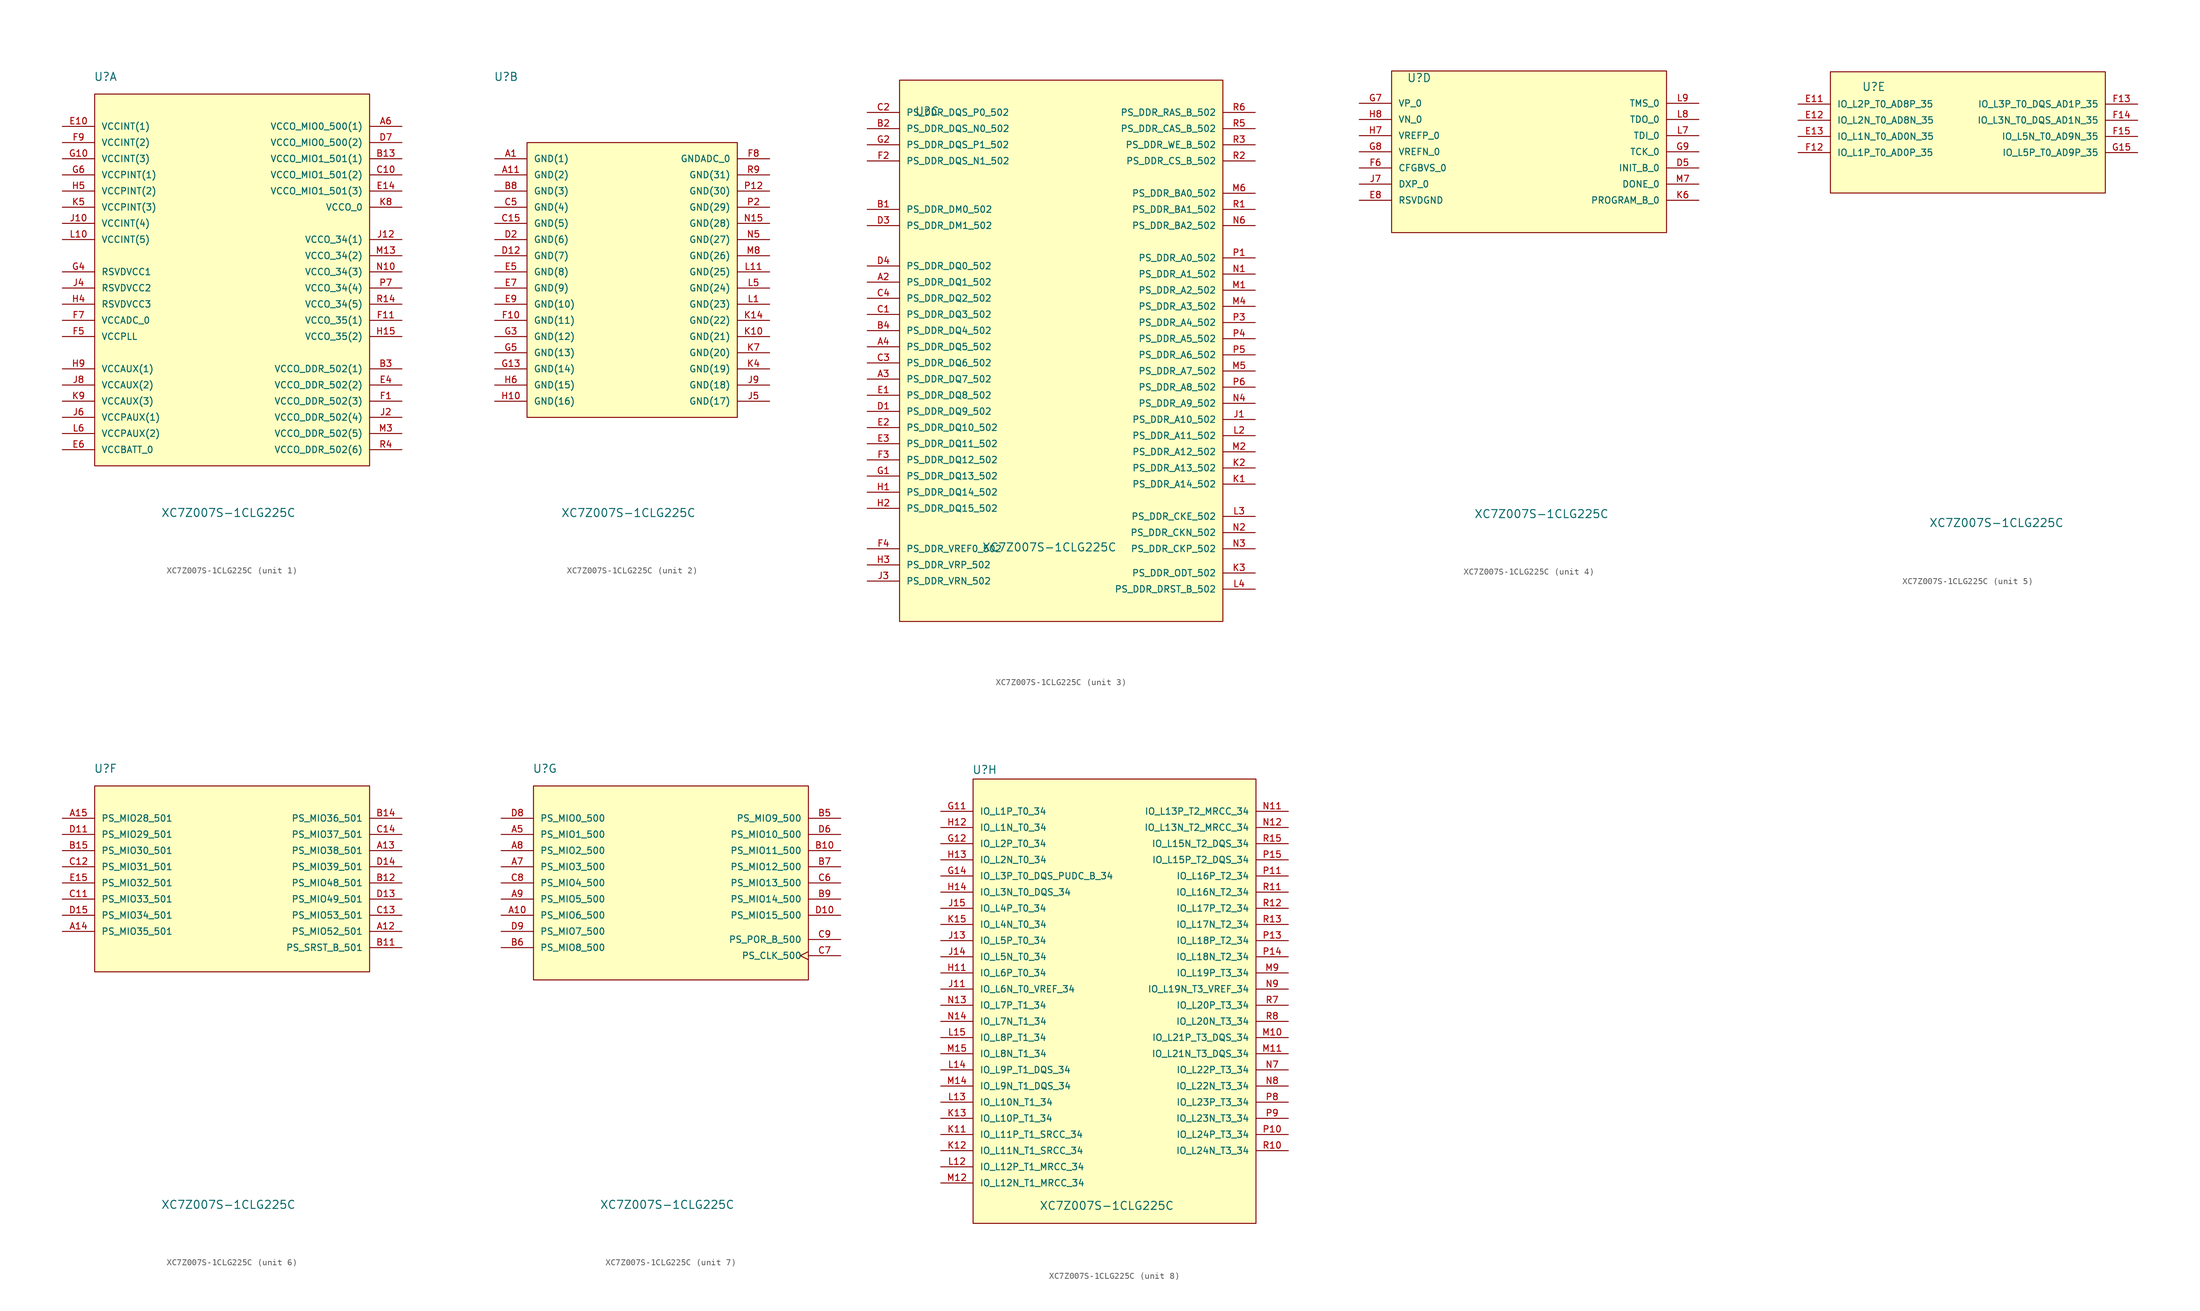
<source format=kicad_sym>
(kicad_symbol_lib
  (version 20231120)
  (generator "kicad_symbol_editor")
  (generator_version "8.0")
  (symbol "XC7Z007S-1CLG225C"
    (pin_names
      (offset 1.016))
    (property "Reference" "U"
      (at -20.472 32.461 0)
      (effects (font (size 1.27 1.27)) (justify left bottom)))
    (property "Value" "XC7Z007S-1CLG225C"
      (at -9.906 -36.068 0)
      (effects (font (size 1.27 1.27)) (justify left bottom)))
    (property "ki_locked" ""
      (at 0 0 0)
      (effects (font (size 1.27 1.27))))
    (symbol "XC7Z007S-1CLG225C_1_0"
      (rectangle (start -20.32 30.48) (end 22.86 -27.94) (stroke (width 0.152) (type solid)) (fill (type background)))
      (pin power_in line (at 27.94 25.4 180) (length 5.08) (name "VCCO_MIO0_500(1)" (effects (font (size 1.016 1.016)))) (number "A6" (effects (font (size 1.016 1.016)))))
      (pin power_in line (at 27.94 20.32 180) (length 5.08) (name "VCCO_MIO1_501(1)" (effects (font (size 1.016 1.016)))) (number "B13" (effects (font (size 1.016 1.016)))))
      (pin power_in line (at 27.94 -12.7 180) (length 5.08) (name "VCCO_DDR_502(1)" (effects (font (size 1.016 1.016)))) (number "B3" (effects (font (size 1.016 1.016)))))
      (pin power_in line (at 27.94 17.78 180) (length 5.08) (name "VCCO_MIO1_501(2)" (effects (font (size 1.016 1.016)))) (number "C10" (effects (font (size 1.016 1.016)))))
      (pin power_in line (at 27.94 22.86 180) (length 5.08) (name "VCCO_MIO0_500(2)" (effects (font (size 1.016 1.016)))) (number "D7" (effects (font (size 1.016 1.016)))))
      (pin power_in line (at -25.4 25.4 0) (length 5.08) (name "VCCINT(1)" (effects (font (size 1.016 1.016)))) (number "E10" (effects (font (size 1.016 1.016)))))
      (pin power_in line (at 27.94 15.24 180) (length 5.08) (name "VCCO_MIO1_501(3)" (effects (font (size 1.016 1.016)))) (number "E14" (effects (font (size 1.016 1.016)))))
      (pin power_in line (at 27.94 -15.24 180) (length 5.08) (name "VCCO_DDR_502(2)" (effects (font (size 1.016 1.016)))) (number "E4" (effects (font (size 1.016 1.016)))))
      (pin power_in line (at -25.4 -25.4 0) (length 5.08) (name "VCCBATT_0" (effects (font (size 1.016 1.016)))) (number "E6" (effects (font (size 1.016 1.016)))))
      (pin power_in line (at 27.94 -17.78 180) (length 5.08) (name "VCCO_DDR_502(3)" (effects (font (size 1.016 1.016)))) (number "F1" (effects (font (size 1.016 1.016)))))
      (pin power_in line (at 27.94 -5.08 180) (length 5.08) (name "VCCO_35(1)" (effects (font (size 1.016 1.016)))) (number "F11" (effects (font (size 1.016 1.016)))))
      (pin power_in line (at -25.4 -7.62 0) (length 5.08) (name "VCCPLL" (effects (font (size 1.016 1.016)))) (number "F5" (effects (font (size 1.016 1.016)))))
      (pin power_in line (at -25.4 -5.08 0) (length 5.08) (name "VCCADC_0" (effects (font (size 1.016 1.016)))) (number "F7" (effects (font (size 1.016 1.016)))))
      (pin power_in line (at -25.4 22.86 0) (length 5.08) (name "VCCINT(2)" (effects (font (size 1.016 1.016)))) (number "F9" (effects (font (size 1.016 1.016)))))
      (pin power_in line (at -25.4 20.32 0) (length 5.08) (name "VCCINT(3)" (effects (font (size 1.016 1.016)))) (number "G10" (effects (font (size 1.016 1.016)))))
      (pin power_in line (at -25.4 2.54 0) (length 5.08) (name "RSVDVCC1" (effects (font (size 1.016 1.016)))) (number "G4" (effects (font (size 1.016 1.016)))))
      (pin power_in line (at -25.4 17.78 0) (length 5.08) (name "VCCPINT(1)" (effects (font (size 1.016 1.016)))) (number "G6" (effects (font (size 1.016 1.016)))))
      (pin power_in line (at 27.94 -7.62 180) (length 5.08) (name "VCCO_35(2)" (effects (font (size 1.016 1.016)))) (number "H15" (effects (font (size 1.016 1.016)))))
      (pin power_in line (at -25.4 -2.54 0) (length 5.08) (name "RSVDVCC3" (effects (font (size 1.016 1.016)))) (number "H4" (effects (font (size 1.016 1.016)))))
      (pin power_in line (at -25.4 15.24 0) (length 5.08) (name "VCCPINT(2)" (effects (font (size 1.016 1.016)))) (number "H5" (effects (font (size 1.016 1.016)))))
      (pin power_in line (at -25.4 -12.7 0) (length 5.08) (name "VCCAUX(1)" (effects (font (size 1.016 1.016)))) (number "H9" (effects (font (size 1.016 1.016)))))
      (pin power_in line (at -25.4 10.16 0) (length 5.08) (name "VCCINT(4)" (effects (font (size 1.016 1.016)))) (number "J10" (effects (font (size 1.016 1.016)))))
      (pin power_in line (at 27.94 7.62 180) (length 5.08) (name "VCCO_34(1)" (effects (font (size 1.016 1.016)))) (number "J12" (effects (font (size 1.016 1.016)))))
      (pin power_in line (at 27.94 -20.32 180) (length 5.08) (name "VCCO_DDR_502(4)" (effects (font (size 1.016 1.016)))) (number "J2" (effects (font (size 1.016 1.016)))))
      (pin power_in line (at -25.4 0 0) (length 5.08) (name "RSVDVCC2" (effects (font (size 1.016 1.016)))) (number "J4" (effects (font (size 1.016 1.016)))))
      (pin power_in line (at -25.4 -20.32 0) (length 5.08) (name "VCCPAUX(1)" (effects (font (size 1.016 1.016)))) (number "J6" (effects (font (size 1.016 1.016)))))
      (pin power_in line (at -25.4 -15.24 0) (length 5.08) (name "VCCAUX(2)" (effects (font (size 1.016 1.016)))) (number "J8" (effects (font (size 1.016 1.016)))))
      (pin power_in line (at -25.4 12.7 0) (length 5.08) (name "VCCPINT(3)" (effects (font (size 1.016 1.016)))) (number "K5" (effects (font (size 1.016 1.016)))))
      (pin power_in line (at 27.94 12.7 180) (length 5.08) (name "VCCO_0" (effects (font (size 1.016 1.016)))) (number "K8" (effects (font (size 1.016 1.016)))))
      (pin power_in line (at -25.4 -17.78 0) (length 5.08) (name "VCCAUX(3)" (effects (font (size 1.016 1.016)))) (number "K9" (effects (font (size 1.016 1.016)))))
      (pin power_in line (at -25.4 7.62 0) (length 5.08) (name "VCCINT(5)" (effects (font (size 1.016 1.016)))) (number "L10" (effects (font (size 1.016 1.016)))))
      (pin power_in line (at -25.4 -22.86 0) (length 5.08) (name "VCCPAUX(2)" (effects (font (size 1.016 1.016)))) (number "L6" (effects (font (size 1.016 1.016)))))
      (pin power_in line (at 27.94 5.08 180) (length 5.08) (name "VCCO_34(2)" (effects (font (size 1.016 1.016)))) (number "M13" (effects (font (size 1.016 1.016)))))
      (pin power_in line (at 27.94 -22.86 180) (length 5.08) (name "VCCO_DDR_502(5)" (effects (font (size 1.016 1.016)))) (number "M3" (effects (font (size 1.016 1.016)))))
      (pin power_in line (at 27.94 2.54 180) (length 5.08) (name "VCCO_34(3)" (effects (font (size 1.016 1.016)))) (number "N10" (effects (font (size 1.016 1.016)))))
      (pin power_in line (at 27.94 0 180) (length 5.08) (name "VCCO_34(4)" (effects (font (size 1.016 1.016)))) (number "P7" (effects (font (size 1.016 1.016)))))
      (pin power_in line (at 27.94 -2.54 180) (length 5.08) (name "VCCO_34(5)" (effects (font (size 1.016 1.016)))) (number "R14" (effects (font (size 1.016 1.016)))))
      (pin power_in line (at 27.94 -25.4 180) (length 5.08) (name "VCCO_DDR_502(6)" (effects (font (size 1.016 1.016)))) (number "R4" (effects (font (size 1.016 1.016))))))
    (symbol "XC7Z007S-1CLG225C_2_0"
      (rectangle (start -15.24 -20.32) (end 17.78 22.86) (stroke (width 0.152) (type solid)) (fill (type background)))
      (pin power_in line (at -20.32 20.32 0) (length 5.08) (name "GND(1)" (effects (font (size 1.016 1.016)))) (number "A1" (effects (font (size 1.016 1.016)))))
      (pin power_in line (at -20.32 17.78 0) (length 5.08) (name "GND(2)" (effects (font (size 1.016 1.016)))) (number "A11" (effects (font (size 1.016 1.016)))))
      (pin power_in line (at -20.32 15.24 0) (length 5.08) (name "GND(3)" (effects (font (size 1.016 1.016)))) (number "B8" (effects (font (size 1.016 1.016)))))
      (pin power_in line (at -20.32 10.16 0) (length 5.08) (name "GND(5)" (effects (font (size 1.016 1.016)))) (number "C15" (effects (font (size 1.016 1.016)))))
      (pin power_in line (at -20.32 12.7 0) (length 5.08) (name "GND(4)" (effects (font (size 1.016 1.016)))) (number "C5" (effects (font (size 1.016 1.016)))))
      (pin power_in line (at -20.32 5.08 0) (length 5.08) (name "GND(7)" (effects (font (size 1.016 1.016)))) (number "D12" (effects (font (size 1.016 1.016)))))
      (pin power_in line (at -20.32 7.62 0) (length 5.08) (name "GND(6)" (effects (font (size 1.016 1.016)))) (number "D2" (effects (font (size 1.016 1.016)))))
      (pin power_in line (at -20.32 2.54 0) (length 5.08) (name "GND(8)" (effects (font (size 1.016 1.016)))) (number "E5" (effects (font (size 1.016 1.016)))))
      (pin power_in line (at -20.32 0 0) (length 5.08) (name "GND(9)" (effects (font (size 1.016 1.016)))) (number "E7" (effects (font (size 1.016 1.016)))))
      (pin power_in line (at -20.32 -2.54 0) (length 5.08) (name "GND(10)" (effects (font (size 1.016 1.016)))) (number "E9" (effects (font (size 1.016 1.016)))))
      (pin power_in line (at -20.32 -5.08 0) (length 5.08) (name "GND(11)" (effects (font (size 1.016 1.016)))) (number "F10" (effects (font (size 1.016 1.016)))))
      (pin power_in line (at 22.86 20.32 180) (length 5.08) (name "GNDADC_0" (effects (font (size 1.016 1.016)))) (number "F8" (effects (font (size 1.016 1.016)))))
      (pin power_in line (at -20.32 -12.7 0) (length 5.08) (name "GND(14)" (effects (font (size 1.016 1.016)))) (number "G13" (effects (font (size 1.016 1.016)))))
      (pin power_in line (at -20.32 -7.62 0) (length 5.08) (name "GND(12)" (effects (font (size 1.016 1.016)))) (number "G3" (effects (font (size 1.016 1.016)))))
      (pin power_in line (at -20.32 -10.16 0) (length 5.08) (name "GND(13)" (effects (font (size 1.016 1.016)))) (number "G5" (effects (font (size 1.016 1.016)))))
      (pin power_in line (at -20.32 -17.78 0) (length 5.08) (name "GND(16)" (effects (font (size 1.016 1.016)))) (number "H10" (effects (font (size 1.016 1.016)))))
      (pin power_in line (at -20.32 -15.24 0) (length 5.08) (name "GND(15)" (effects (font (size 1.016 1.016)))) (number "H6" (effects (font (size 1.016 1.016)))))
      (pin power_in line (at 22.86 -17.78 180) (length 5.08) (name "GND(17)" (effects (font (size 1.016 1.016)))) (number "J5" (effects (font (size 1.016 1.016)))))
      (pin power_in line (at 22.86 -15.24 180) (length 5.08) (name "GND(18)" (effects (font (size 1.016 1.016)))) (number "J9" (effects (font (size 1.016 1.016)))))
      (pin power_in line (at 22.86 -7.62 180) (length 5.08) (name "GND(21)" (effects (font (size 1.016 1.016)))) (number "K10" (effects (font (size 1.016 1.016)))))
      (pin power_in line (at 22.86 -5.08 180) (length 5.08) (name "GND(22)" (effects (font (size 1.016 1.016)))) (number "K14" (effects (font (size 1.016 1.016)))))
      (pin power_in line (at 22.86 -12.7 180) (length 5.08) (name "GND(19)" (effects (font (size 1.016 1.016)))) (number "K4" (effects (font (size 1.016 1.016)))))
      (pin power_in line (at 22.86 -10.16 180) (length 5.08) (name "GND(20)" (effects (font (size 1.016 1.016)))) (number "K7" (effects (font (size 1.016 1.016)))))
      (pin power_in line (at 22.86 -2.54 180) (length 5.08) (name "GND(23)" (effects (font (size 1.016 1.016)))) (number "L1" (effects (font (size 1.016 1.016)))))
      (pin power_in line (at 22.86 2.54 180) (length 5.08) (name "GND(25)" (effects (font (size 1.016 1.016)))) (number "L11" (effects (font (size 1.016 1.016)))))
      (pin power_in line (at 22.86 0 180) (length 5.08) (name "GND(24)" (effects (font (size 1.016 1.016)))) (number "L5" (effects (font (size 1.016 1.016)))))
      (pin power_in line (at 22.86 5.08 180) (length 5.08) (name "GND(26)" (effects (font (size 1.016 1.016)))) (number "M8" (effects (font (size 1.016 1.016)))))
      (pin power_in line (at 22.86 10.16 180) (length 5.08) (name "GND(28)" (effects (font (size 1.016 1.016)))) (number "N15" (effects (font (size 1.016 1.016)))))
      (pin power_in line (at 22.86 7.62 180) (length 5.08) (name "GND(27)" (effects (font (size 1.016 1.016)))) (number "N5" (effects (font (size 1.016 1.016)))))
      (pin power_in line (at 22.86 15.24 180) (length 5.08) (name "GND(30)" (effects (font (size 1.016 1.016)))) (number "P12" (effects (font (size 1.016 1.016)))))
      (pin power_in line (at 22.86 12.7 180) (length 5.08) (name "GND(29)" (effects (font (size 1.016 1.016)))) (number "P2" (effects (font (size 1.016 1.016)))))
      (pin power_in line (at 22.86 17.78 180) (length 5.08) (name "GND(31)" (effects (font (size 1.016 1.016)))) (number "R9" (effects (font (size 1.016 1.016))))))
    (symbol "XC7Z007S-1CLG225C_3_0"
      (rectangle (start -22.86 38.1) (end 27.94 -46.99) (stroke (width 0.152) (type solid)) (fill (type background)))
      (pin bidirectional line (at -27.94 6.35 0) (length 5.08) (name "PS_DDR_DQ1_502" (effects (font (size 1.016 1.016)))) (number "A2" (effects (font (size 1.016 1.016)))))
      (pin bidirectional line (at -27.94 -8.89 0) (length 5.08) (name "PS_DDR_DQ7_502" (effects (font (size 1.016 1.016)))) (number "A3" (effects (font (size 1.016 1.016)))))
      (pin bidirectional line (at -27.94 -3.81 0) (length 5.08) (name "PS_DDR_DQ5_502" (effects (font (size 1.016 1.016)))) (number "A4" (effects (font (size 1.016 1.016)))))
      (pin bidirectional line (at -27.94 17.78 0) (length 5.08) (name "PS_DDR_DM0_502" (effects (font (size 1.016 1.016)))) (number "B1" (effects (font (size 1.016 1.016)))))
      (pin bidirectional line (at -27.94 30.48 0) (length 5.08) (name "PS_DDR_DQS_N0_502" (effects (font (size 1.016 1.016)))) (number "B2" (effects (font (size 1.016 1.016)))))
      (pin bidirectional line (at -27.94 -1.27 0) (length 5.08) (name "PS_DDR_DQ4_502" (effects (font (size 1.016 1.016)))) (number "B4" (effects (font (size 1.016 1.016)))))
      (pin bidirectional line (at -27.94 1.27 0) (length 5.08) (name "PS_DDR_DQ3_502" (effects (font (size 1.016 1.016)))) (number "C1" (effects (font (size 1.016 1.016)))))
      (pin bidirectional line (at -27.94 33.02 0) (length 5.08) (name "PS_DDR_DQS_P0_502" (effects (font (size 1.016 1.016)))) (number "C2" (effects (font (size 1.016 1.016)))))
      (pin bidirectional line (at -27.94 -6.35 0) (length 5.08) (name "PS_DDR_DQ6_502" (effects (font (size 1.016 1.016)))) (number "C3" (effects (font (size 1.016 1.016)))))
      (pin bidirectional line (at -27.94 3.81 0) (length 5.08) (name "PS_DDR_DQ2_502" (effects (font (size 1.016 1.016)))) (number "C4" (effects (font (size 1.016 1.016)))))
      (pin bidirectional line (at -27.94 -13.97 0) (length 5.08) (name "PS_DDR_DQ9_502" (effects (font (size 1.016 1.016)))) (number "D1" (effects (font (size 1.016 1.016)))))
      (pin bidirectional line (at -27.94 15.24 0) (length 5.08) (name "PS_DDR_DM1_502" (effects (font (size 1.016 1.016)))) (number "D3" (effects (font (size 1.016 1.016)))))
      (pin bidirectional line (at -27.94 8.89 0) (length 5.08) (name "PS_DDR_DQ0_502" (effects (font (size 1.016 1.016)))) (number "D4" (effects (font (size 1.016 1.016)))))
      (pin bidirectional line (at -27.94 -11.43 0) (length 5.08) (name "PS_DDR_DQ8_502" (effects (font (size 1.016 1.016)))) (number "E1" (effects (font (size 1.016 1.016)))))
      (pin bidirectional line (at -27.94 -16.51 0) (length 5.08) (name "PS_DDR_DQ10_502" (effects (font (size 1.016 1.016)))) (number "E2" (effects (font (size 1.016 1.016)))))
      (pin bidirectional line (at -27.94 -19.05 0) (length 5.08) (name "PS_DDR_DQ11_502" (effects (font (size 1.016 1.016)))) (number "E3" (effects (font (size 1.016 1.016)))))
      (pin bidirectional line (at -27.94 25.4 0) (length 5.08) (name "PS_DDR_DQS_N1_502" (effects (font (size 1.016 1.016)))) (number "F2" (effects (font (size 1.016 1.016)))))
      (pin bidirectional line (at -27.94 -21.59 0) (length 5.08) (name "PS_DDR_DQ12_502" (effects (font (size 1.016 1.016)))) (number "F3" (effects (font (size 1.016 1.016)))))
      (pin bidirectional line (at -27.94 -35.56 0) (length 5.08) (name "PS_DDR_VREF0_502" (effects (font (size 1.016 1.016)))) (number "F4" (effects (font (size 1.016 1.016)))))
      (pin bidirectional line (at -27.94 -24.13 0) (length 5.08) (name "PS_DDR_DQ13_502" (effects (font (size 1.016 1.016)))) (number "G1" (effects (font (size 1.016 1.016)))))
      (pin bidirectional line (at -27.94 27.94 0) (length 5.08) (name "PS_DDR_DQS_P1_502" (effects (font (size 1.016 1.016)))) (number "G2" (effects (font (size 1.016 1.016)))))
      (pin bidirectional line (at -27.94 -26.67 0) (length 5.08) (name "PS_DDR_DQ14_502" (effects (font (size 1.016 1.016)))) (number "H1" (effects (font (size 1.016 1.016)))))
      (pin bidirectional line (at -27.94 -29.21 0) (length 5.08) (name "PS_DDR_DQ15_502" (effects (font (size 1.016 1.016)))) (number "H2" (effects (font (size 1.016 1.016)))))
      (pin bidirectional line (at -27.94 -38.1 0) (length 5.08) (name "PS_DDR_VRP_502" (effects (font (size 1.016 1.016)))) (number "H3" (effects (font (size 1.016 1.016)))))
      (pin bidirectional line (at 33.02 -15.24 180) (length 5.08) (name "PS_DDR_A10_502" (effects (font (size 1.016 1.016)))) (number "J1" (effects (font (size 1.016 1.016)))))
      (pin bidirectional line (at -27.94 -40.64 0) (length 5.08) (name "PS_DDR_VRN_502" (effects (font (size 1.016 1.016)))) (number "J3" (effects (font (size 1.016 1.016)))))
      (pin bidirectional line (at 33.02 -25.4 180) (length 5.08) (name "PS_DDR_A14_502" (effects (font (size 1.016 1.016)))) (number "K1" (effects (font (size 1.016 1.016)))))
      (pin bidirectional line (at 33.02 -22.86 180) (length 5.08) (name "PS_DDR_A13_502" (effects (font (size 1.016 1.016)))) (number "K2" (effects (font (size 1.016 1.016)))))
      (pin bidirectional line (at 33.02 -39.37 180) (length 5.08) (name "PS_DDR_ODT_502" (effects (font (size 1.016 1.016)))) (number "K3" (effects (font (size 1.016 1.016)))))
      (pin bidirectional line (at 33.02 -17.78 180) (length 5.08) (name "PS_DDR_A11_502" (effects (font (size 1.016 1.016)))) (number "L2" (effects (font (size 1.016 1.016)))))
      (pin bidirectional line (at 33.02 -30.48 180) (length 5.08) (name "PS_DDR_CKE_502" (effects (font (size 1.016 1.016)))) (number "L3" (effects (font (size 1.016 1.016)))))
      (pin bidirectional line (at 33.02 -41.91 180) (length 5.08) (name "PS_DDR_DRST_B_502" (effects (font (size 1.016 1.016)))) (number "L4" (effects (font (size 1.016 1.016)))))
      (pin bidirectional line (at 33.02 5.08 180) (length 5.08) (name "PS_DDR_A2_502" (effects (font (size 1.016 1.016)))) (number "M1" (effects (font (size 1.016 1.016)))))
      (pin bidirectional line (at 33.02 -20.32 180) (length 5.08) (name "PS_DDR_A12_502" (effects (font (size 1.016 1.016)))) (number "M2" (effects (font (size 1.016 1.016)))))
      (pin bidirectional line (at 33.02 2.54 180) (length 5.08) (name "PS_DDR_A3_502" (effects (font (size 1.016 1.016)))) (number "M4" (effects (font (size 1.016 1.016)))))
      (pin bidirectional line (at 33.02 -7.62 180) (length 5.08) (name "PS_DDR_A7_502" (effects (font (size 1.016 1.016)))) (number "M5" (effects (font (size 1.016 1.016)))))
      (pin bidirectional line (at 33.02 20.32 180) (length 5.08) (name "PS_DDR_BA0_502" (effects (font (size 1.016 1.016)))) (number "M6" (effects (font (size 1.016 1.016)))))
      (pin bidirectional line (at 33.02 7.62 180) (length 5.08) (name "PS_DDR_A1_502" (effects (font (size 1.016 1.016)))) (number "N1" (effects (font (size 1.016 1.016)))))
      (pin bidirectional line (at 33.02 -33.02 180) (length 5.08) (name "PS_DDR_CKN_502" (effects (font (size 1.016 1.016)))) (number "N2" (effects (font (size 1.016 1.016)))))
      (pin bidirectional line (at 33.02 -35.56 180) (length 5.08) (name "PS_DDR_CKP_502" (effects (font (size 1.016 1.016)))) (number "N3" (effects (font (size 1.016 1.016)))))
      (pin bidirectional line (at 33.02 -12.7 180) (length 5.08) (name "PS_DDR_A9_502" (effects (font (size 1.016 1.016)))) (number "N4" (effects (font (size 1.016 1.016)))))
      (pin bidirectional line (at 33.02 15.24 180) (length 5.08) (name "PS_DDR_BA2_502" (effects (font (size 1.016 1.016)))) (number "N6" (effects (font (size 1.016 1.016)))))
      (pin bidirectional line (at 33.02 10.16 180) (length 5.08) (name "PS_DDR_A0_502" (effects (font (size 1.016 1.016)))) (number "P1" (effects (font (size 1.016 1.016)))))
      (pin bidirectional line (at 33.02 0 180) (length 5.08) (name "PS_DDR_A4_502" (effects (font (size 1.016 1.016)))) (number "P3" (effects (font (size 1.016 1.016)))))
      (pin bidirectional line (at 33.02 -2.54 180) (length 5.08) (name "PS_DDR_A5_502" (effects (font (size 1.016 1.016)))) (number "P4" (effects (font (size 1.016 1.016)))))
      (pin bidirectional line (at 33.02 -5.08 180) (length 5.08) (name "PS_DDR_A6_502" (effects (font (size 1.016 1.016)))) (number "P5" (effects (font (size 1.016 1.016)))))
      (pin bidirectional line (at 33.02 -10.16 180) (length 5.08) (name "PS_DDR_A8_502" (effects (font (size 1.016 1.016)))) (number "P6" (effects (font (size 1.016 1.016)))))
      (pin bidirectional line (at 33.02 17.78 180) (length 5.08) (name "PS_DDR_BA1_502" (effects (font (size 1.016 1.016)))) (number "R1" (effects (font (size 1.016 1.016)))))
      (pin bidirectional line (at 33.02 25.4 180) (length 5.08) (name "PS_DDR_CS_B_502" (effects (font (size 1.016 1.016)))) (number "R2" (effects (font (size 1.016 1.016)))))
      (pin bidirectional line (at 33.02 27.94 180) (length 5.08) (name "PS_DDR_WE_B_502" (effects (font (size 1.016 1.016)))) (number "R3" (effects (font (size 1.016 1.016)))))
      (pin bidirectional line (at 33.02 30.48 180) (length 5.08) (name "PS_DDR_CAS_B_502" (effects (font (size 1.016 1.016)))) (number "R5" (effects (font (size 1.016 1.016)))))
      (pin bidirectional line (at 33.02 33.02 180) (length 5.08) (name "PS_DDR_RAS_B_502" (effects (font (size 1.016 1.016)))) (number "R6" (effects (font (size 1.016 1.016))))))
    (symbol "XC7Z007S-1CLG225C_4_0"
      (rectangle (start -22.86 34.29) (end 20.32 8.89) (stroke (width 0.152) (type solid)) (fill (type background)))
      (pin bidirectional line (at 25.4 19.05 180) (length 5.08) (name "INIT_B_0" (effects (font (size 1.016 1.016)))) (number "D5" (effects (font (size 1.016 1.016)))))
      (pin bidirectional line (at -27.94 13.97 0) (length 5.08) (name "RSVDGND" (effects (font (size 1.016 1.016)))) (number "E8" (effects (font (size 1.016 1.016)))))
      (pin bidirectional line (at -27.94 19.05 0) (length 5.08) (name "CFGBVS_0" (effects (font (size 1.016 1.016)))) (number "F6" (effects (font (size 1.016 1.016)))))
      (pin bidirectional line (at -27.94 29.21 0) (length 5.08) (name "VP_0" (effects (font (size 1.016 1.016)))) (number "G7" (effects (font (size 1.016 1.016)))))
      (pin bidirectional line (at -27.94 21.59 0) (length 5.08) (name "VREFN_0" (effects (font (size 1.016 1.016)))) (number "G8" (effects (font (size 1.016 1.016)))))
      (pin bidirectional line (at 25.4 21.59 180) (length 5.08) (name "TCK_0" (effects (font (size 1.016 1.016)))) (number "G9" (effects (font (size 1.016 1.016)))))
      (pin bidirectional line (at -27.94 24.13 0) (length 5.08) (name "VREFP_0" (effects (font (size 1.016 1.016)))) (number "H7" (effects (font (size 1.016 1.016)))))
      (pin bidirectional line (at -27.94 26.67 0) (length 5.08) (name "VN_0" (effects (font (size 1.016 1.016)))) (number "H8" (effects (font (size 1.016 1.016)))))
      (pin bidirectional line (at -27.94 16.51 0) (length 5.08) (name "DXP_0" (effects (font (size 1.016 1.016)))) (number "J7" (effects (font (size 1.016 1.016)))))
      (pin bidirectional line (at 25.4 13.97 180) (length 5.08) (name "PROGRAM_B_0" (effects (font (size 1.016 1.016)))) (number "K6" (effects (font (size 1.016 1.016)))))
      (pin bidirectional line (at 25.4 24.13 180) (length 5.08) (name "TDI_0" (effects (font (size 1.016 1.016)))) (number "L7" (effects (font (size 1.016 1.016)))))
      (pin bidirectional line (at 25.4 26.67 180) (length 5.08) (name "TDO_0" (effects (font (size 1.016 1.016)))) (number "L8" (effects (font (size 1.016 1.016)))))
      (pin bidirectional line (at 25.4 29.21 180) (length 5.08) (name "TMS_0" (effects (font (size 1.016 1.016)))) (number "L9" (effects (font (size 1.016 1.016)))))
      (pin bidirectional line (at 25.4 16.51 180) (length 5.08) (name "DONE_0" (effects (font (size 1.016 1.016)))) (number "M7" (effects (font (size 1.016 1.016))))))
    (symbol "XC7Z007S-1CLG225C_5_0"
      (rectangle (start -25.4 35.56) (end 17.78 16.51) (stroke (width 0.152) (type solid)) (fill (type background)))
      (pin bidirectional line (at -30.48 30.48 0) (length 5.08) (name "IO_L2P_T0_AD8P_35" (effects (font (size 1.016 1.016)))) (number "E11" (effects (font (size 1.016 1.016)))))
      (pin bidirectional line (at -30.48 27.94 0) (length 5.08) (name "IO_L2N_T0_AD8N_35" (effects (font (size 1.016 1.016)))) (number "E12" (effects (font (size 1.016 1.016)))))
      (pin bidirectional line (at -30.48 25.4 0) (length 5.08) (name "IO_L1N_T0_AD0N_35" (effects (font (size 1.016 1.016)))) (number "E13" (effects (font (size 1.016 1.016)))))
      (pin bidirectional line (at -30.48 22.86 0) (length 5.08) (name "IO_L1P_T0_AD0P_35" (effects (font (size 1.016 1.016)))) (number "F12" (effects (font (size 1.016 1.016)))))
      (pin bidirectional line (at 22.86 30.48 180) (length 5.08) (name "IO_L3P_T0_DQS_AD1P_35" (effects (font (size 1.016 1.016)))) (number "F13" (effects (font (size 1.016 1.016)))))
      (pin bidirectional line (at 22.86 27.94 180) (length 5.08) (name "IO_L3N_T0_DQS_AD1N_35" (effects (font (size 1.016 1.016)))) (number "F14" (effects (font (size 1.016 1.016)))))
      (pin bidirectional line (at 22.86 25.4 180) (length 5.08) (name "IO_L5N_T0_AD9N_35" (effects (font (size 1.016 1.016)))) (number "F15" (effects (font (size 1.016 1.016)))))
      (pin bidirectional line (at 22.86 22.86 180) (length 5.08) (name "IO_L5P_T0_AD9P_35" (effects (font (size 1.016 1.016)))) (number "G15" (effects (font (size 1.016 1.016))))))
    (symbol "XC7Z007S-1CLG225C_6_0"
      (rectangle (start -20.32 30.48) (end 22.86 1.27) (stroke (width 0.152) (type solid)) (fill (type background)))
      (pin bidirectional line (at 27.94 7.62 180) (length 5.08) (name "PS_MIO52_501" (effects (font (size 1.016 1.016)))) (number "A12" (effects (font (size 1.016 1.016)))))
      (pin bidirectional line (at 27.94 20.32 180) (length 5.08) (name "PS_MIO38_501" (effects (font (size 1.016 1.016)))) (number "A13" (effects (font (size 1.016 1.016)))))
      (pin bidirectional line (at -25.4 7.62 0) (length 5.08) (name "PS_MIO35_501" (effects (font (size 1.016 1.016)))) (number "A14" (effects (font (size 1.016 1.016)))))
      (pin bidirectional line (at -25.4 25.4 0) (length 5.08) (name "PS_MIO28_501" (effects (font (size 1.016 1.016)))) (number "A15" (effects (font (size 1.016 1.016)))))
      (pin bidirectional line (at 27.94 5.08 180) (length 5.08) (name "PS_SRST_B_501" (effects (font (size 1.016 1.016)))) (number "B11" (effects (font (size 1.016 1.016)))))
      (pin bidirectional line (at 27.94 15.24 180) (length 5.08) (name "PS_MIO48_501" (effects (font (size 1.016 1.016)))) (number "B12" (effects (font (size 1.016 1.016)))))
      (pin bidirectional line (at 27.94 25.4 180) (length 5.08) (name "PS_MIO36_501" (effects (font (size 1.016 1.016)))) (number "B14" (effects (font (size 1.016 1.016)))))
      (pin bidirectional line (at -25.4 20.32 0) (length 5.08) (name "PS_MIO30_501" (effects (font (size 1.016 1.016)))) (number "B15" (effects (font (size 1.016 1.016)))))
      (pin bidirectional line (at -25.4 12.7 0) (length 5.08) (name "PS_MIO33_501" (effects (font (size 1.016 1.016)))) (number "C11" (effects (font (size 1.016 1.016)))))
      (pin bidirectional line (at -25.4 17.78 0) (length 5.08) (name "PS_MIO31_501" (effects (font (size 1.016 1.016)))) (number "C12" (effects (font (size 1.016 1.016)))))
      (pin bidirectional line (at 27.94 10.16 180) (length 5.08) (name "PS_MIO53_501" (effects (font (size 1.016 1.016)))) (number "C13" (effects (font (size 1.016 1.016)))))
      (pin bidirectional line (at 27.94 22.86 180) (length 5.08) (name "PS_MIO37_501" (effects (font (size 1.016 1.016)))) (number "C14" (effects (font (size 1.016 1.016)))))
      (pin bidirectional line (at -25.4 22.86 0) (length 5.08) (name "PS_MIO29_501" (effects (font (size 1.016 1.016)))) (number "D11" (effects (font (size 1.016 1.016)))))
      (pin bidirectional line (at 27.94 12.7 180) (length 5.08) (name "PS_MIO49_501" (effects (font (size 1.016 1.016)))) (number "D13" (effects (font (size 1.016 1.016)))))
      (pin bidirectional line (at 27.94 17.78 180) (length 5.08) (name "PS_MIO39_501" (effects (font (size 1.016 1.016)))) (number "D14" (effects (font (size 1.016 1.016)))))
      (pin bidirectional line (at -25.4 10.16 0) (length 5.08) (name "PS_MIO34_501" (effects (font (size 1.016 1.016)))) (number "D15" (effects (font (size 1.016 1.016)))))
      (pin bidirectional line (at -25.4 15.24 0) (length 5.08) (name "PS_MIO32_501" (effects (font (size 1.016 1.016)))) (number "E15" (effects (font (size 1.016 1.016))))))
    (symbol "XC7Z007S-1CLG225C_7_0"
      (rectangle (start -20.32 30.48) (end 22.86 0) (stroke (width 0.152) (type solid)) (fill (type background)))
      (pin bidirectional line (at -25.4 10.16 0) (length 5.08) (name "PS_MIO6_500" (effects (font (size 1.016 1.016)))) (number "A10" (effects (font (size 1.016 1.016)))))
      (pin bidirectional line (at -25.4 22.86 0) (length 5.08) (name "PS_MIO1_500" (effects (font (size 1.016 1.016)))) (number "A5" (effects (font (size 1.016 1.016)))))
      (pin bidirectional line (at -25.4 17.78 0) (length 5.08) (name "PS_MIO3_500" (effects (font (size 1.016 1.016)))) (number "A7" (effects (font (size 1.016 1.016)))))
      (pin bidirectional line (at -25.4 20.32 0) (length 5.08) (name "PS_MIO2_500" (effects (font (size 1.016 1.016)))) (number "A8" (effects (font (size 1.016 1.016)))))
      (pin bidirectional line (at -25.4 12.7 0) (length 5.08) (name "PS_MIO5_500" (effects (font (size 1.016 1.016)))) (number "A9" (effects (font (size 1.016 1.016)))))
      (pin bidirectional line (at 27.94 20.32 180) (length 5.08) (name "PS_MIO11_500" (effects (font (size 1.016 1.016)))) (number "B10" (effects (font (size 1.016 1.016)))))
      (pin bidirectional line (at 27.94 25.4 180) (length 5.08) (name "PS_MIO9_500" (effects (font (size 1.016 1.016)))) (number "B5" (effects (font (size 1.016 1.016)))))
      (pin bidirectional line (at -25.4 5.08 0) (length 5.08) (name "PS_MIO8_500" (effects (font (size 1.016 1.016)))) (number "B6" (effects (font (size 1.016 1.016)))))
      (pin bidirectional line (at 27.94 17.78 180) (length 5.08) (name "PS_MIO12_500" (effects (font (size 1.016 1.016)))) (number "B7" (effects (font (size 1.016 1.016)))))
      (pin bidirectional line (at 27.94 12.7 180) (length 5.08) (name "PS_MIO14_500" (effects (font (size 1.016 1.016)))) (number "B9" (effects (font (size 1.016 1.016)))))
      (pin bidirectional line (at 27.94 15.24 180) (length 5.08) (name "PS_MIO13_500" (effects (font (size 1.016 1.016)))) (number "C6" (effects (font (size 1.016 1.016)))))
      (pin bidirectional clock (at 27.94 3.81 180) (length 5.08) (name "PS_CLK_500" (effects (font (size 1.016 1.016)))) (number "C7" (effects (font (size 1.016 1.016)))))
      (pin bidirectional line (at -25.4 15.24 0) (length 5.08) (name "PS_MIO4_500" (effects (font (size 1.016 1.016)))) (number "C8" (effects (font (size 1.016 1.016)))))
      (pin bidirectional line (at 27.94 6.35 180) (length 5.08) (name "PS_POR_B_500" (effects (font (size 1.016 1.016)))) (number "C9" (effects (font (size 1.016 1.016)))))
      (pin bidirectional line (at 27.94 10.16 180) (length 5.08) (name "PS_MIO15_500" (effects (font (size 1.016 1.016)))) (number "D10" (effects (font (size 1.016 1.016)))))
      (pin bidirectional line (at 27.94 22.86 180) (length 5.08) (name "PS_MIO10_500" (effects (font (size 1.016 1.016)))) (number "D6" (effects (font (size 1.016 1.016)))))
      (pin bidirectional line (at -25.4 25.4 0) (length 5.08) (name "PS_MIO0_500" (effects (font (size 1.016 1.016)))) (number "D8" (effects (font (size 1.016 1.016)))))
      (pin bidirectional line (at -25.4 7.62 0) (length 5.08) (name "PS_MIO7_500" (effects (font (size 1.016 1.016)))) (number "D9" (effects (font (size 1.016 1.016))))))
    (symbol "XC7Z007S-1CLG225C_8_0"
      (rectangle (start -20.32 31.75) (end 24.13 -38.1) (stroke (width 0.152) (type solid)) (fill (type background)))
      (pin bidirectional line (at -25.4 26.67 0) (length 5.08) (name "IO_L1P_T0_34" (effects (font (size 1.016 1.016)))) (number "G11" (effects (font (size 1.016 1.016)))))
      (pin bidirectional line (at -25.4 21.59 0) (length 5.08) (name "IO_L2P_T0_34" (effects (font (size 1.016 1.016)))) (number "G12" (effects (font (size 1.016 1.016)))))
      (pin bidirectional line (at -25.4 16.51 0) (length 5.08) (name "IO_L3P_T0_DQS_PUDC_B_34" (effects (font (size 1.016 1.016)))) (number "G14" (effects (font (size 1.016 1.016)))))
      (pin bidirectional line (at -25.4 1.27 0) (length 5.08) (name "IO_L6P_T0_34" (effects (font (size 1.016 1.016)))) (number "H11" (effects (font (size 1.016 1.016)))))
      (pin bidirectional line (at -25.4 24.13 0) (length 5.08) (name "IO_L1N_T0_34" (effects (font (size 1.016 1.016)))) (number "H12" (effects (font (size 1.016 1.016)))))
      (pin bidirectional line (at -25.4 19.05 0) (length 5.08) (name "IO_L2N_T0_34" (effects (font (size 1.016 1.016)))) (number "H13" (effects (font (size 1.016 1.016)))))
      (pin bidirectional line (at -25.4 13.97 0) (length 5.08) (name "IO_L3N_T0_DQS_34" (effects (font (size 1.016 1.016)))) (number "H14" (effects (font (size 1.016 1.016)))))
      (pin bidirectional line (at -25.4 -1.27 0) (length 5.08) (name "IO_L6N_T0_VREF_34" (effects (font (size 1.016 1.016)))) (number "J11" (effects (font (size 1.016 1.016)))))
      (pin bidirectional line (at -25.4 6.35 0) (length 5.08) (name "IO_L5P_T0_34" (effects (font (size 1.016 1.016)))) (number "J13" (effects (font (size 1.016 1.016)))))
      (pin bidirectional line (at -25.4 3.81 0) (length 5.08) (name "IO_L5N_T0_34" (effects (font (size 1.016 1.016)))) (number "J14" (effects (font (size 1.016 1.016)))))
      (pin bidirectional line (at -25.4 11.43 0) (length 5.08) (name "IO_L4P_T0_34" (effects (font (size 1.016 1.016)))) (number "J15" (effects (font (size 1.016 1.016)))))
      (pin bidirectional line (at -25.4 -24.13 0) (length 5.08) (name "IO_L11P_T1_SRCC_34" (effects (font (size 1.016 1.016)))) (number "K11" (effects (font (size 1.016 1.016)))))
      (pin bidirectional line (at -25.4 -26.67 0) (length 5.08) (name "IO_L11N_T1_SRCC_34" (effects (font (size 1.016 1.016)))) (number "K12" (effects (font (size 1.016 1.016)))))
      (pin bidirectional line (at -25.4 -21.59 0) (length 5.08) (name "IO_L10P_T1_34" (effects (font (size 1.016 1.016)))) (number "K13" (effects (font (size 1.016 1.016)))))
      (pin bidirectional line (at -25.4 8.89 0) (length 5.08) (name "IO_L4N_T0_34" (effects (font (size 1.016 1.016)))) (number "K15" (effects (font (size 1.016 1.016)))))
      (pin bidirectional line (at -25.4 -29.21 0) (length 5.08) (name "IO_L12P_T1_MRCC_34" (effects (font (size 1.016 1.016)))) (number "L12" (effects (font (size 1.016 1.016)))))
      (pin bidirectional line (at -25.4 -19.05 0) (length 5.08) (name "IO_L10N_T1_34" (effects (font (size 1.016 1.016)))) (number "L13" (effects (font (size 1.016 1.016)))))
      (pin bidirectional line (at -25.4 -13.97 0) (length 5.08) (name "IO_L9P_T1_DQS_34" (effects (font (size 1.016 1.016)))) (number "L14" (effects (font (size 1.016 1.016)))))
      (pin bidirectional line (at -25.4 -8.89 0) (length 5.08) (name "IO_L8P_T1_34" (effects (font (size 1.016 1.016)))) (number "L15" (effects (font (size 1.016 1.016)))))
      (pin bidirectional line (at 29.21 -8.89 180) (length 5.08) (name "IO_L21P_T3_DQS_34" (effects (font (size 1.016 1.016)))) (number "M10" (effects (font (size 1.016 1.016)))))
      (pin bidirectional line (at 29.21 -11.43 180) (length 5.08) (name "IO_L21N_T3_DQS_34" (effects (font (size 1.016 1.016)))) (number "M11" (effects (font (size 1.016 1.016)))))
      (pin bidirectional line (at -25.4 -31.75 0) (length 5.08) (name "IO_L12N_T1_MRCC_34" (effects (font (size 1.016 1.016)))) (number "M12" (effects (font (size 1.016 1.016)))))
      (pin bidirectional line (at -25.4 -16.51 0) (length 5.08) (name "IO_L9N_T1_DQS_34" (effects (font (size 1.016 1.016)))) (number "M14" (effects (font (size 1.016 1.016)))))
      (pin bidirectional line (at -25.4 -11.43 0) (length 5.08) (name "IO_L8N_T1_34" (effects (font (size 1.016 1.016)))) (number "M15" (effects (font (size 1.016 1.016)))))
      (pin bidirectional line (at 29.21 1.27 180) (length 5.08) (name "IO_L19P_T3_34" (effects (font (size 1.016 1.016)))) (number "M9" (effects (font (size 1.016 1.016)))))
      (pin bidirectional line (at 29.21 26.67 180) (length 5.08) (name "IO_L13P_T2_MRCC_34" (effects (font (size 1.016 1.016)))) (number "N11" (effects (font (size 1.016 1.016)))))
      (pin bidirectional line (at 29.21 24.13 180) (length 5.08) (name "IO_L13N_T2_MRCC_34" (effects (font (size 1.016 1.016)))) (number "N12" (effects (font (size 1.016 1.016)))))
      (pin bidirectional line (at -25.4 -3.81 0) (length 5.08) (name "IO_L7P_T1_34" (effects (font (size 1.016 1.016)))) (number "N13" (effects (font (size 1.016 1.016)))))
      (pin bidirectional line (at -25.4 -6.35 0) (length 5.08) (name "IO_L7N_T1_34" (effects (font (size 1.016 1.016)))) (number "N14" (effects (font (size 1.016 1.016)))))
      (pin bidirectional line (at 29.21 -13.97 180) (length 5.08) (name "IO_L22P_T3_34" (effects (font (size 1.016 1.016)))) (number "N7" (effects (font (size 1.016 1.016)))))
      (pin bidirectional line (at 29.21 -16.51 180) (length 5.08) (name "IO_L22N_T3_34" (effects (font (size 1.016 1.016)))) (number "N8" (effects (font (size 1.016 1.016)))))
      (pin bidirectional line (at 29.21 -1.27 180) (length 5.08) (name "IO_L19N_T3_VREF_34" (effects (font (size 1.016 1.016)))) (number "N9" (effects (font (size 1.016 1.016)))))
      (pin bidirectional line (at 29.21 -24.13 180) (length 5.08) (name "IO_L24P_T3_34" (effects (font (size 1.016 1.016)))) (number "P10" (effects (font (size 1.016 1.016)))))
      (pin bidirectional line (at 29.21 16.51 180) (length 5.08) (name "IO_L16P_T2_34" (effects (font (size 1.016 1.016)))) (number "P11" (effects (font (size 1.016 1.016)))))
      (pin bidirectional line (at 29.21 6.35 180) (length 5.08) (name "IO_L18P_T2_34" (effects (font (size 1.016 1.016)))) (number "P13" (effects (font (size 1.016 1.016)))))
      (pin bidirectional line (at 29.21 3.81 180) (length 5.08) (name "IO_L18N_T2_34" (effects (font (size 1.016 1.016)))) (number "P14" (effects (font (size 1.016 1.016)))))
      (pin bidirectional line (at 29.21 19.05 180) (length 5.08) (name "IO_L15P_T2_DQS_34" (effects (font (size 1.016 1.016)))) (number "P15" (effects (font (size 1.016 1.016)))))
      (pin bidirectional line (at 29.21 -19.05 180) (length 5.08) (name "IO_L23P_T3_34" (effects (font (size 1.016 1.016)))) (number "P8" (effects (font (size 1.016 1.016)))))
      (pin bidirectional line (at 29.21 -21.59 180) (length 5.08) (name "IO_L23N_T3_34" (effects (font (size 1.016 1.016)))) (number "P9" (effects (font (size 1.016 1.016)))))
      (pin bidirectional line (at 29.21 -26.67 180) (length 5.08) (name "IO_L24N_T3_34" (effects (font (size 1.016 1.016)))) (number "R10" (effects (font (size 1.016 1.016)))))
      (pin bidirectional line (at 29.21 13.97 180) (length 5.08) (name "IO_L16N_T2_34" (effects (font (size 1.016 1.016)))) (number "R11" (effects (font (size 1.016 1.016)))))
      (pin bidirectional line (at 29.21 11.43 180) (length 5.08) (name "IO_L17P_T2_34" (effects (font (size 1.016 1.016)))) (number "R12" (effects (font (size 1.016 1.016)))))
      (pin bidirectional line (at 29.21 8.89 180) (length 5.08) (name "IO_L17N_T2_34" (effects (font (size 1.016 1.016)))) (number "R13" (effects (font (size 1.016 1.016)))))
      (pin bidirectional line (at 29.21 21.59 180) (length 5.08) (name "IO_L15N_T2_DQS_34" (effects (font (size 1.016 1.016)))) (number "R15" (effects (font (size 1.016 1.016)))))
      (pin bidirectional line (at 29.21 -3.81 180) (length 5.08) (name "IO_L20P_T3_34" (effects (font (size 1.016 1.016)))) (number "R7" (effects (font (size 1.016 1.016)))))
      (pin bidirectional line (at 29.21 -6.35 180) (length 5.08) (name "IO_L20N_T3_34" (effects (font (size 1.016 1.016)))) (number "R8" (effects (font (size 1.016 1.016))))))))
</source>
